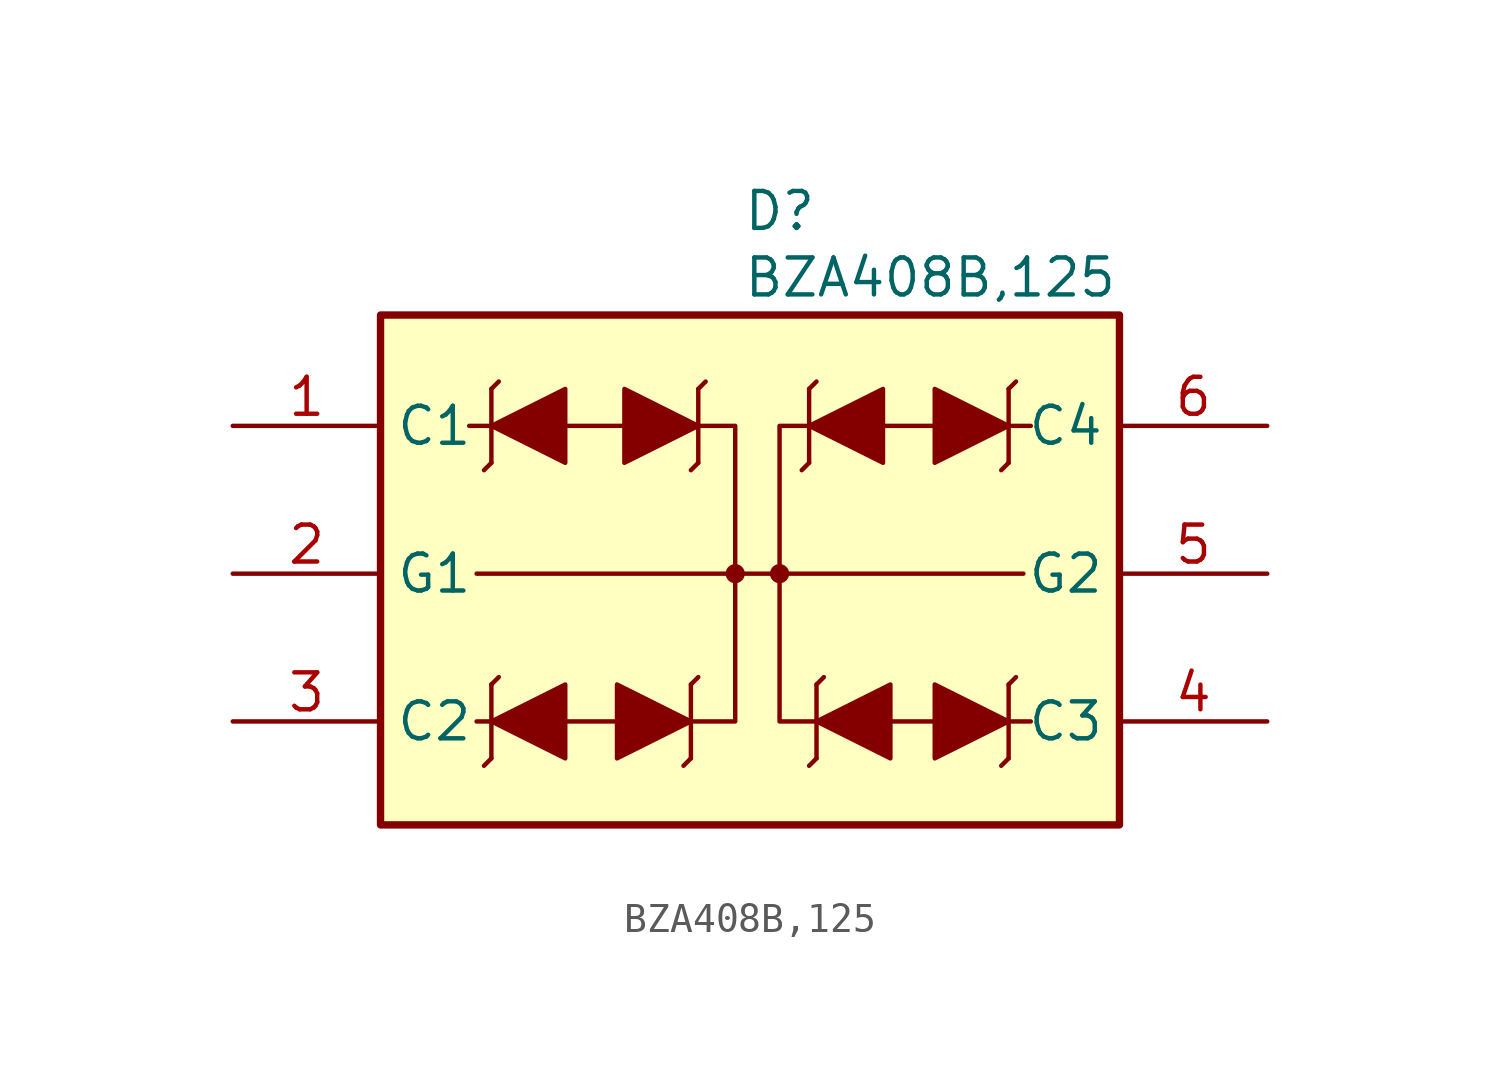
<source format=kicad_sym>
(kicad_symbol_lib
  (version 20241209)
  (generator "kicad_symbol_editor")
  (generator_version "9.0")
  (symbol "BZA408B,125"
    (property "Reference" "D"
      (at 17.526 8.128 0)
      (effects (font (size 1.27 1.27)) (justify left top)))
    (property "Value" "BZA408B,125"
      (at 17.526 5.842 0)
      (effects (font (size 1.27 1.27)) (justify left top)))
    (symbol "BZA408B,125_0_1"
      (polyline (pts (xy 8.382 -5.08) (xy 27.178 -5.08)) (stroke (width 0) (type default)) (fill (type none)))
      (polyline (pts (xy 8.89 1.27) (xy 9.144 1.524)) (stroke (width 0) (type default)) (fill (type none)))
      (polyline (pts (xy 8.89 0) (xy 8.128 0)) (stroke (width 0) (type default)) (fill (type none)))
      (polyline (pts (xy 8.89 0) (xy 8.89 1.27)) (stroke (width 0) (type default)) (fill (type none)))
      (polyline (pts (xy 8.89 0) (xy 8.89 -1.27)) (stroke (width 0) (type default)) (fill (type none)))
      (polyline (pts (xy 8.89 -1.27) (xy 8.636 -1.524)) (stroke (width 0) (type default)) (fill (type none)))
      (polyline (pts (xy 8.89 -8.89) (xy 9.144 -8.636)) (stroke (width 0) (type default)) (fill (type none)))
      (polyline (pts (xy 8.89 -10.16) (xy 8.382 -10.16)) (stroke (width 0) (type default)) (fill (type none)))
      (polyline (pts (xy 8.89 -10.16) (xy 8.89 -8.89)) (stroke (width 0) (type default)) (fill (type none)))
      (polyline (pts (xy 8.89 -10.16) (xy 8.89 -11.43)) (stroke (width 0) (type default)) (fill (type none)))
      (polyline (pts (xy 8.89 -11.43) (xy 8.636 -11.684)) (stroke (width 0) (type default)) (fill (type none)))
      (polyline (pts (xy 11.43 0) (xy 13.462 0)) (stroke (width 0) (type default)) (fill (type none)))
      (polyline (pts (xy 11.43 -10.16) (xy 13.208 -10.16)) (stroke (width 0) (type default)) (fill (type none)))
      (polyline (pts (xy 15.748 -8.89) (xy 16.002 -8.636)) (stroke (width 0) (type default)) (fill (type none)))
      (polyline (pts (xy 15.748 -10.16) (xy 15.748 -8.89)) (stroke (width 0) (type default)) (fill (type none)))
      (polyline (pts (xy 15.748 -10.16) (xy 15.748 -11.43)) (stroke (width 0) (type default)) (fill (type none)))
      (polyline (pts (xy 15.748 -10.16) (xy 17.272 -10.16) (xy 17.272 0) (xy 16.002 0)) (stroke (width 0) (type default)) (fill (type none)))
      (polyline (pts (xy 15.748 -11.43) (xy 15.494 -11.684)) (stroke (width 0) (type default)) (fill (type none)))
      (polyline (pts (xy 16.002 1.27) (xy 16.256 1.524)) (stroke (width 0) (type default)) (fill (type none)))
      (polyline (pts (xy 16.002 0) (xy 16.002 1.27)) (stroke (width 0) (type default)) (fill (type none)))
      (polyline (pts (xy 16.002 0) (xy 16.002 -1.27)) (stroke (width 0) (type default)) (fill (type none)))
      (polyline (pts (xy 16.002 -1.27) (xy 15.748 -1.524)) (stroke (width 0) (type default)) (fill (type none)))
      (polyline (pts (xy 19.812 1.27) (xy 20.066 1.524)) (stroke (width 0) (type default)) (fill (type none)))
      (polyline (pts (xy 19.812 0) (xy 19.812 1.27)) (stroke (width 0) (type default)) (fill (type none)))
      (polyline (pts (xy 19.812 0) (xy 19.812 -1.27)) (stroke (width 0) (type default)) (fill (type none)))
      (polyline (pts (xy 19.812 0) (xy 18.796 0) (xy 18.796 -10.16) (xy 20.066 -10.16)) (stroke (width 0) (type default)) (fill (type none)))
      (polyline (pts (xy 19.812 -1.27) (xy 19.558 -1.524)) (stroke (width 0) (type default)) (fill (type none)))
      (polyline (pts (xy 20.066 -8.89) (xy 20.32 -8.636)) (stroke (width 0) (type default)) (fill (type none)))
      (polyline (pts (xy 20.066 -10.16) (xy 20.066 -8.89)) (stroke (width 0) (type default)) (fill (type none)))
      (polyline (pts (xy 20.066 -10.16) (xy 20.066 -11.43)) (stroke (width 0) (type default)) (fill (type none)))
      (polyline (pts (xy 20.066 -11.43) (xy 19.812 -11.684)) (stroke (width 0) (type default)) (fill (type none)))
      (polyline (pts (xy 22.352 0) (xy 24.13 0)) (stroke (width 0) (type default)) (fill (type none)))
      (polyline (pts (xy 22.606 -10.16) (xy 24.13 -10.16)) (stroke (width 0) (type default)) (fill (type none)))
      (polyline (pts (xy 26.67 1.27) (xy 26.924 1.524)) (stroke (width 0) (type default)) (fill (type none)))
      (polyline (pts (xy 26.67 0) (xy 26.67 1.27)) (stroke (width 0) (type default)) (fill (type none)))
      (polyline (pts (xy 26.67 0) (xy 26.67 -1.27)) (stroke (width 0) (type default)) (fill (type none)))
      (polyline (pts (xy 26.67 0) (xy 27.432 0)) (stroke (width 0) (type default)) (fill (type none)))
      (polyline (pts (xy 26.67 -1.27) (xy 26.416 -1.524)) (stroke (width 0) (type default)) (fill (type none)))
      (polyline (pts (xy 26.67 -8.89) (xy 26.924 -8.636)) (stroke (width 0) (type default)) (fill (type none)))
      (polyline (pts (xy 26.67 -10.16) (xy 26.67 -8.89)) (stroke (width 0) (type default)) (fill (type none)))
      (polyline (pts (xy 26.67 -10.16) (xy 26.67 -11.43)) (stroke (width 0) (type default)) (fill (type none)))
      (polyline (pts (xy 26.67 -10.16) (xy 27.432 -10.16)) (stroke (width 0) (type default)) (fill (type none)))
      (polyline (pts (xy 26.67 -11.43) (xy 26.416 -11.684)) (stroke (width 0) (type default)) (fill (type none))))
    (symbol "BZA408B,125_1_1"
      (rectangle (start 5.08 3.81) (end 30.48 -13.716) (stroke (width 0.254) (type default)) (fill (type background)))
      (polyline (pts (xy 8.89 0) (xy 11.43 1.27) (xy 11.43 -1.27) (xy 8.89 0)) (stroke (width 0) (type solid)) (fill (type outline)))
      (polyline (pts (xy 8.89 -10.16) (xy 11.43 -8.89) (xy 11.43 -11.43) (xy 8.89 -10.16)) (stroke (width 0) (type solid)) (fill (type outline)))
      (polyline (pts (xy 15.748 -10.16) (xy 13.208 -11.43) (xy 13.208 -8.89) (xy 15.748 -10.16)) (stroke (width 0) (type solid)) (fill (type outline)))
      (polyline (pts (xy 16.002 0) (xy 13.462 -1.27) (xy 13.462 1.27) (xy 16.002 0)) (stroke (width 0) (type solid)) (fill (type outline)))
      (circle (center 17.272 -5.08) (radius 0.254) (stroke (width 0) (type solid)) (fill (type outline)))
      (circle (center 18.796 -5.08) (radius 0.254) (stroke (width 0) (type solid)) (fill (type outline)))
      (polyline (pts (xy 19.812 0) (xy 22.352 1.27) (xy 22.352 -1.27) (xy 19.812 0)) (stroke (width 0) (type solid)) (fill (type outline)))
      (polyline (pts (xy 20.066 -10.16) (xy 22.606 -8.89) (xy 22.606 -11.43) (xy 20.066 -10.16)) (stroke (width 0) (type solid)) (fill (type outline)))
      (polyline (pts (xy 26.67 0) (xy 24.13 -1.27) (xy 24.13 1.27) (xy 26.67 0)) (stroke (width 0) (type solid)) (fill (type outline)))
      (polyline (pts (xy 26.67 -10.16) (xy 24.13 -11.43) (xy 24.13 -8.89) (xy 26.67 -10.16)) (stroke (width 0) (type solid)) (fill (type outline)))
      (pin passive line (at 0 0 0) (length 5.08) (name "C1" (effects (font (size 1.27 1.27)))) (number "1" (effects (font (size 1.27 1.27)))))
      (pin passive line (at 0 -5.08 0) (length 5.08) (name "G1" (effects (font (size 1.27 1.27)))) (number "2" (effects (font (size 1.27 1.27)))))
      (pin passive line (at 0 -10.16 0) (length 5.08) (name "C2" (effects (font (size 1.27 1.27)))) (number "3" (effects (font (size 1.27 1.27)))))
      (pin passive line (at 35.56 0 180) (length 5.08) (name "C4" (effects (font (size 1.27 1.27)))) (number "6" (effects (font (size 1.27 1.27)))))
      (pin passive line (at 35.56 -5.08 180) (length 5.08) (name "G2" (effects (font (size 1.27 1.27)))) (number "5" (effects (font (size 1.27 1.27)))))
      (pin passive line (at 35.56 -10.16 180) (length 5.08) (name "C3" (effects (font (size 1.27 1.27)))) (number "4" (effects (font (size 1.27 1.27))))))))
</source>
